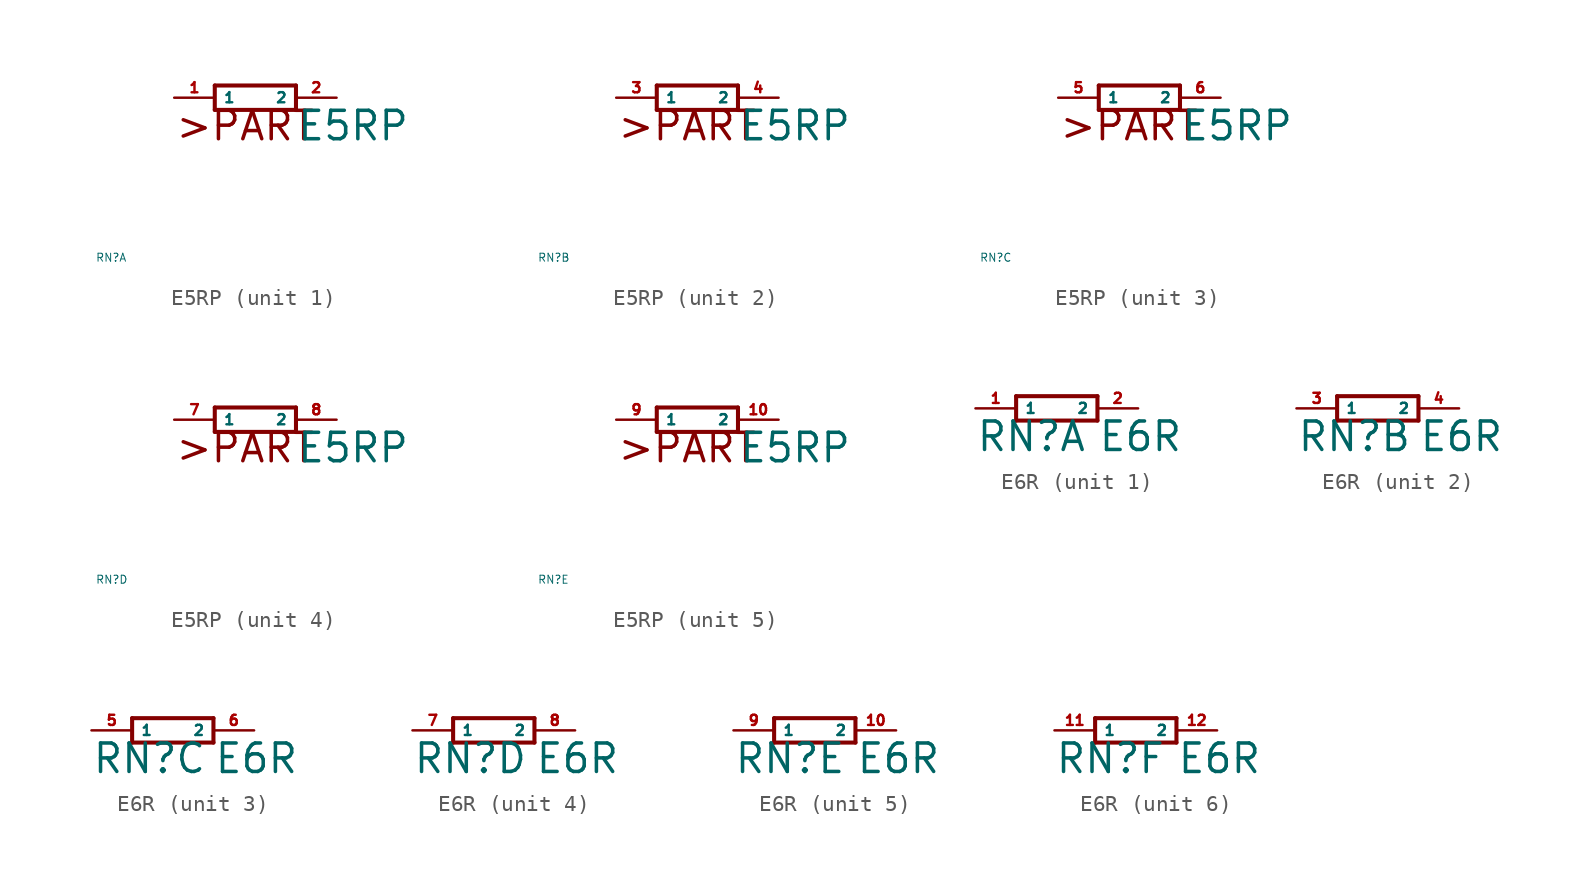
<source format=kicad_sym>
(kicad_symbol_lib
  (version 20220914)
  (generator Eagle2Kicad)
  (symbol "E5RP"
    (property "Reference" "RN"
      (at -10 -10 0)
      (effects (font (size 0.5 0.5) (thickness 0.06)) (justify left)))
    (property "Value" "E5RP"
      (at 2.54 -2.794 0)
      (effects (font (size 1.778 1.778) (thickness 0.22)) (justify left bottom)))
    (symbol "E5RP_1_0"
      (polyline (pts (xy -2.54 -0.762) (xy 2.54 -0.762)) (stroke (width 0.254) (type default)) (fill (type none)))
      (polyline (pts (xy 2.54 0.762) (xy -2.54 0.762)) (stroke (width 0.254) (type default)) (fill (type none)))
      (polyline (pts (xy 2.54 -0.762) (xy 2.54 0.762)) (stroke (width 0.254) (type default)) (fill (type none)))
      (polyline (pts (xy -2.54 0.762) (xy -2.54 -0.762)) (stroke (width 0.254) (type default)) (fill (type none)))
      (text ">PART" (at -5.08 -2.794 0) (effects (font (size 1.778 1.778) (thickness 0.22)) (justify left bottom)))
      (pin passive line (at -5.08 0 0) (length 2.54) (name "1" (effects (font (size 0.635 0.635) (thickness 0.08)) (justify left bottom))) (number "1" (effects (font (size 0.635 0.635) (thickness 0.08)) (justify left bottom))))
      (pin passive line (at 5.08 0 180) (length 2.54) (name "2" (effects (font (size 0.635 0.635) (thickness 0.08)) (justify left bottom))) (number "2" (effects (font (size 0.635 0.635) (thickness 0.08)) (justify left bottom)))))
    (symbol "E5RP_2_0"
      (polyline (pts (xy -2.54 -0.762) (xy 2.54 -0.762)) (stroke (width 0.254) (type default)) (fill (type none)))
      (polyline (pts (xy 2.54 0.762) (xy -2.54 0.762)) (stroke (width 0.254) (type default)) (fill (type none)))
      (polyline (pts (xy 2.54 -0.762) (xy 2.54 0.762)) (stroke (width 0.254) (type default)) (fill (type none)))
      (polyline (pts (xy -2.54 0.762) (xy -2.54 -0.762)) (stroke (width 0.254) (type default)) (fill (type none)))
      (text ">PART" (at -5.08 -2.794 0) (effects (font (size 1.778 1.778) (thickness 0.22)) (justify left bottom)))
      (pin passive line (at -5.08 0 0) (length 2.54) (name "1" (effects (font (size 0.635 0.635) (thickness 0.08)) (justify left bottom))) (number "3" (effects (font (size 0.635 0.635) (thickness 0.08)) (justify left bottom))))
      (pin passive line (at 5.08 0 180) (length 2.54) (name "2" (effects (font (size 0.635 0.635) (thickness 0.08)) (justify left bottom))) (number "4" (effects (font (size 0.635 0.635) (thickness 0.08)) (justify left bottom)))))
    (symbol "E5RP_3_0"
      (polyline (pts (xy -2.54 -0.762) (xy 2.54 -0.762)) (stroke (width 0.254) (type default)) (fill (type none)))
      (polyline (pts (xy 2.54 0.762) (xy -2.54 0.762)) (stroke (width 0.254) (type default)) (fill (type none)))
      (polyline (pts (xy 2.54 -0.762) (xy 2.54 0.762)) (stroke (width 0.254) (type default)) (fill (type none)))
      (polyline (pts (xy -2.54 0.762) (xy -2.54 -0.762)) (stroke (width 0.254) (type default)) (fill (type none)))
      (text ">PART" (at -5.08 -2.794 0) (effects (font (size 1.778 1.778) (thickness 0.22)) (justify left bottom)))
      (pin passive line (at -5.08 0 0) (length 2.54) (name "1" (effects (font (size 0.635 0.635) (thickness 0.08)) (justify left bottom))) (number "5" (effects (font (size 0.635 0.635) (thickness 0.08)) (justify left bottom))))
      (pin passive line (at 5.08 0 180) (length 2.54) (name "2" (effects (font (size 0.635 0.635) (thickness 0.08)) (justify left bottom))) (number "6" (effects (font (size 0.635 0.635) (thickness 0.08)) (justify left bottom)))))
    (symbol "E5RP_4_0"
      (polyline (pts (xy -2.54 -0.762) (xy 2.54 -0.762)) (stroke (width 0.254) (type default)) (fill (type none)))
      (polyline (pts (xy 2.54 0.762) (xy -2.54 0.762)) (stroke (width 0.254) (type default)) (fill (type none)))
      (polyline (pts (xy 2.54 -0.762) (xy 2.54 0.762)) (stroke (width 0.254) (type default)) (fill (type none)))
      (polyline (pts (xy -2.54 0.762) (xy -2.54 -0.762)) (stroke (width 0.254) (type default)) (fill (type none)))
      (text ">PART" (at -5.08 -2.794 0) (effects (font (size 1.778 1.778) (thickness 0.22)) (justify left bottom)))
      (pin passive line (at -5.08 0 0) (length 2.54) (name "1" (effects (font (size 0.635 0.635) (thickness 0.08)) (justify left bottom))) (number "7" (effects (font (size 0.635 0.635) (thickness 0.08)) (justify left bottom))))
      (pin passive line (at 5.08 0 180) (length 2.54) (name "2" (effects (font (size 0.635 0.635) (thickness 0.08)) (justify left bottom))) (number "8" (effects (font (size 0.635 0.635) (thickness 0.08)) (justify left bottom)))))
    (symbol "E5RP_5_0"
      (polyline (pts (xy -2.54 -0.762) (xy 2.54 -0.762)) (stroke (width 0.254) (type default)) (fill (type none)))
      (polyline (pts (xy 2.54 0.762) (xy -2.54 0.762)) (stroke (width 0.254) (type default)) (fill (type none)))
      (polyline (pts (xy 2.54 -0.762) (xy 2.54 0.762)) (stroke (width 0.254) (type default)) (fill (type none)))
      (polyline (pts (xy -2.54 0.762) (xy -2.54 -0.762)) (stroke (width 0.254) (type default)) (fill (type none)))
      (text ">PART" (at -5.08 -2.794 0) (effects (font (size 1.778 1.778) (thickness 0.22)) (justify left bottom)))
      (pin passive line (at -5.08 0 0) (length 2.54) (name "1" (effects (font (size 0.635 0.635) (thickness 0.08)) (justify left bottom))) (number "9" (effects (font (size 0.635 0.635) (thickness 0.08)) (justify left bottom))))
      (pin passive line (at 5.08 0 180) (length 2.54) (name "2" (effects (font (size 0.635 0.635) (thickness 0.08)) (justify left bottom))) (number "10" (effects (font (size 0.635 0.635) (thickness 0.08)) (justify left bottom))))))
  (symbol "E6R"
    (property "Reference" "RN"
      (at -5.08 -2.794 0)
      (effects (font (size 1.778 1.778) (thickness 0.22)) (justify left bottom)))
    (property "Value" "E6R"
      (at 2.54 -2.794 0)
      (effects (font (size 1.778 1.778) (thickness 0.22)) (justify left bottom)))
    (symbol "E6R_1_0"
      (polyline (pts (xy -2.54 -0.762) (xy 2.54 -0.762)) (stroke (width 0.254) (type default)) (fill (type none)))
      (polyline (pts (xy 2.54 0.762) (xy -2.54 0.762)) (stroke (width 0.254) (type default)) (fill (type none)))
      (polyline (pts (xy 2.54 -0.762) (xy 2.54 0.762)) (stroke (width 0.254) (type default)) (fill (type none)))
      (polyline (pts (xy -2.54 0.762) (xy -2.54 -0.762)) (stroke (width 0.254) (type default)) (fill (type none)))
      (pin passive line (at -5.08 0 0) (length 2.54) (name "1" (effects (font (size 0.635 0.635) (thickness 0.08)) (justify left bottom))) (number "1" (effects (font (size 0.635 0.635) (thickness 0.08)) (justify left bottom))))
      (pin passive line (at 5.08 0 180) (length 2.54) (name "2" (effects (font (size 0.635 0.635) (thickness 0.08)) (justify left bottom))) (number "2" (effects (font (size 0.635 0.635) (thickness 0.08)) (justify left bottom)))))
    (symbol "E6R_2_0"
      (polyline (pts (xy -2.54 -0.762) (xy 2.54 -0.762)) (stroke (width 0.254) (type default)) (fill (type none)))
      (polyline (pts (xy 2.54 0.762) (xy -2.54 0.762)) (stroke (width 0.254) (type default)) (fill (type none)))
      (polyline (pts (xy 2.54 -0.762) (xy 2.54 0.762)) (stroke (width 0.254) (type default)) (fill (type none)))
      (polyline (pts (xy -2.54 0.762) (xy -2.54 -0.762)) (stroke (width 0.254) (type default)) (fill (type none)))
      (pin passive line (at -5.08 0 0) (length 2.54) (name "1" (effects (font (size 0.635 0.635) (thickness 0.08)) (justify left bottom))) (number "3" (effects (font (size 0.635 0.635) (thickness 0.08)) (justify left bottom))))
      (pin passive line (at 5.08 0 180) (length 2.54) (name "2" (effects (font (size 0.635 0.635) (thickness 0.08)) (justify left bottom))) (number "4" (effects (font (size 0.635 0.635) (thickness 0.08)) (justify left bottom)))))
    (symbol "E6R_3_0"
      (polyline (pts (xy -2.54 -0.762) (xy 2.54 -0.762)) (stroke (width 0.254) (type default)) (fill (type none)))
      (polyline (pts (xy 2.54 0.762) (xy -2.54 0.762)) (stroke (width 0.254) (type default)) (fill (type none)))
      (polyline (pts (xy 2.54 -0.762) (xy 2.54 0.762)) (stroke (width 0.254) (type default)) (fill (type none)))
      (polyline (pts (xy -2.54 0.762) (xy -2.54 -0.762)) (stroke (width 0.254) (type default)) (fill (type none)))
      (pin passive line (at -5.08 0 0) (length 2.54) (name "1" (effects (font (size 0.635 0.635) (thickness 0.08)) (justify left bottom))) (number "5" (effects (font (size 0.635 0.635) (thickness 0.08)) (justify left bottom))))
      (pin passive line (at 5.08 0 180) (length 2.54) (name "2" (effects (font (size 0.635 0.635) (thickness 0.08)) (justify left bottom))) (number "6" (effects (font (size 0.635 0.635) (thickness 0.08)) (justify left bottom)))))
    (symbol "E6R_4_0"
      (polyline (pts (xy -2.54 -0.762) (xy 2.54 -0.762)) (stroke (width 0.254) (type default)) (fill (type none)))
      (polyline (pts (xy 2.54 0.762) (xy -2.54 0.762)) (stroke (width 0.254) (type default)) (fill (type none)))
      (polyline (pts (xy 2.54 -0.762) (xy 2.54 0.762)) (stroke (width 0.254) (type default)) (fill (type none)))
      (polyline (pts (xy -2.54 0.762) (xy -2.54 -0.762)) (stroke (width 0.254) (type default)) (fill (type none)))
      (pin passive line (at -5.08 0 0) (length 2.54) (name "1" (effects (font (size 0.635 0.635) (thickness 0.08)) (justify left bottom))) (number "7" (effects (font (size 0.635 0.635) (thickness 0.08)) (justify left bottom))))
      (pin passive line (at 5.08 0 180) (length 2.54) (name "2" (effects (font (size 0.635 0.635) (thickness 0.08)) (justify left bottom))) (number "8" (effects (font (size 0.635 0.635) (thickness 0.08)) (justify left bottom)))))
    (symbol "E6R_5_0"
      (polyline (pts (xy -2.54 -0.762) (xy 2.54 -0.762)) (stroke (width 0.254) (type default)) (fill (type none)))
      (polyline (pts (xy 2.54 0.762) (xy -2.54 0.762)) (stroke (width 0.254) (type default)) (fill (type none)))
      (polyline (pts (xy 2.54 -0.762) (xy 2.54 0.762)) (stroke (width 0.254) (type default)) (fill (type none)))
      (polyline (pts (xy -2.54 0.762) (xy -2.54 -0.762)) (stroke (width 0.254) (type default)) (fill (type none)))
      (pin passive line (at -5.08 0 0) (length 2.54) (name "1" (effects (font (size 0.635 0.635) (thickness 0.08)) (justify left bottom))) (number "9" (effects (font (size 0.635 0.635) (thickness 0.08)) (justify left bottom))))
      (pin passive line (at 5.08 0 180) (length 2.54) (name "2" (effects (font (size 0.635 0.635) (thickness 0.08)) (justify left bottom))) (number "10" (effects (font (size 0.635 0.635) (thickness 0.08)) (justify left bottom)))))
    (symbol "E6R_6_0"
      (polyline (pts (xy -2.54 -0.762) (xy 2.54 -0.762)) (stroke (width 0.254) (type default)) (fill (type none)))
      (polyline (pts (xy 2.54 0.762) (xy -2.54 0.762)) (stroke (width 0.254) (type default)) (fill (type none)))
      (polyline (pts (xy 2.54 -0.762) (xy 2.54 0.762)) (stroke (width 0.254) (type default)) (fill (type none)))
      (polyline (pts (xy -2.54 0.762) (xy -2.54 -0.762)) (stroke (width 0.254) (type default)) (fill (type none)))
      (pin passive line (at -5.08 0 0) (length 2.54) (name "1" (effects (font (size 0.635 0.635) (thickness 0.08)) (justify left bottom))) (number "11" (effects (font (size 0.635 0.635) (thickness 0.08)) (justify left bottom))))
      (pin passive line (at 5.08 0 180) (length 2.54) (name "2" (effects (font (size 0.635 0.635) (thickness 0.08)) (justify left bottom))) (number "12" (effects (font (size 0.635 0.635) (thickness 0.08)) (justify left bottom)))))))
</source>
